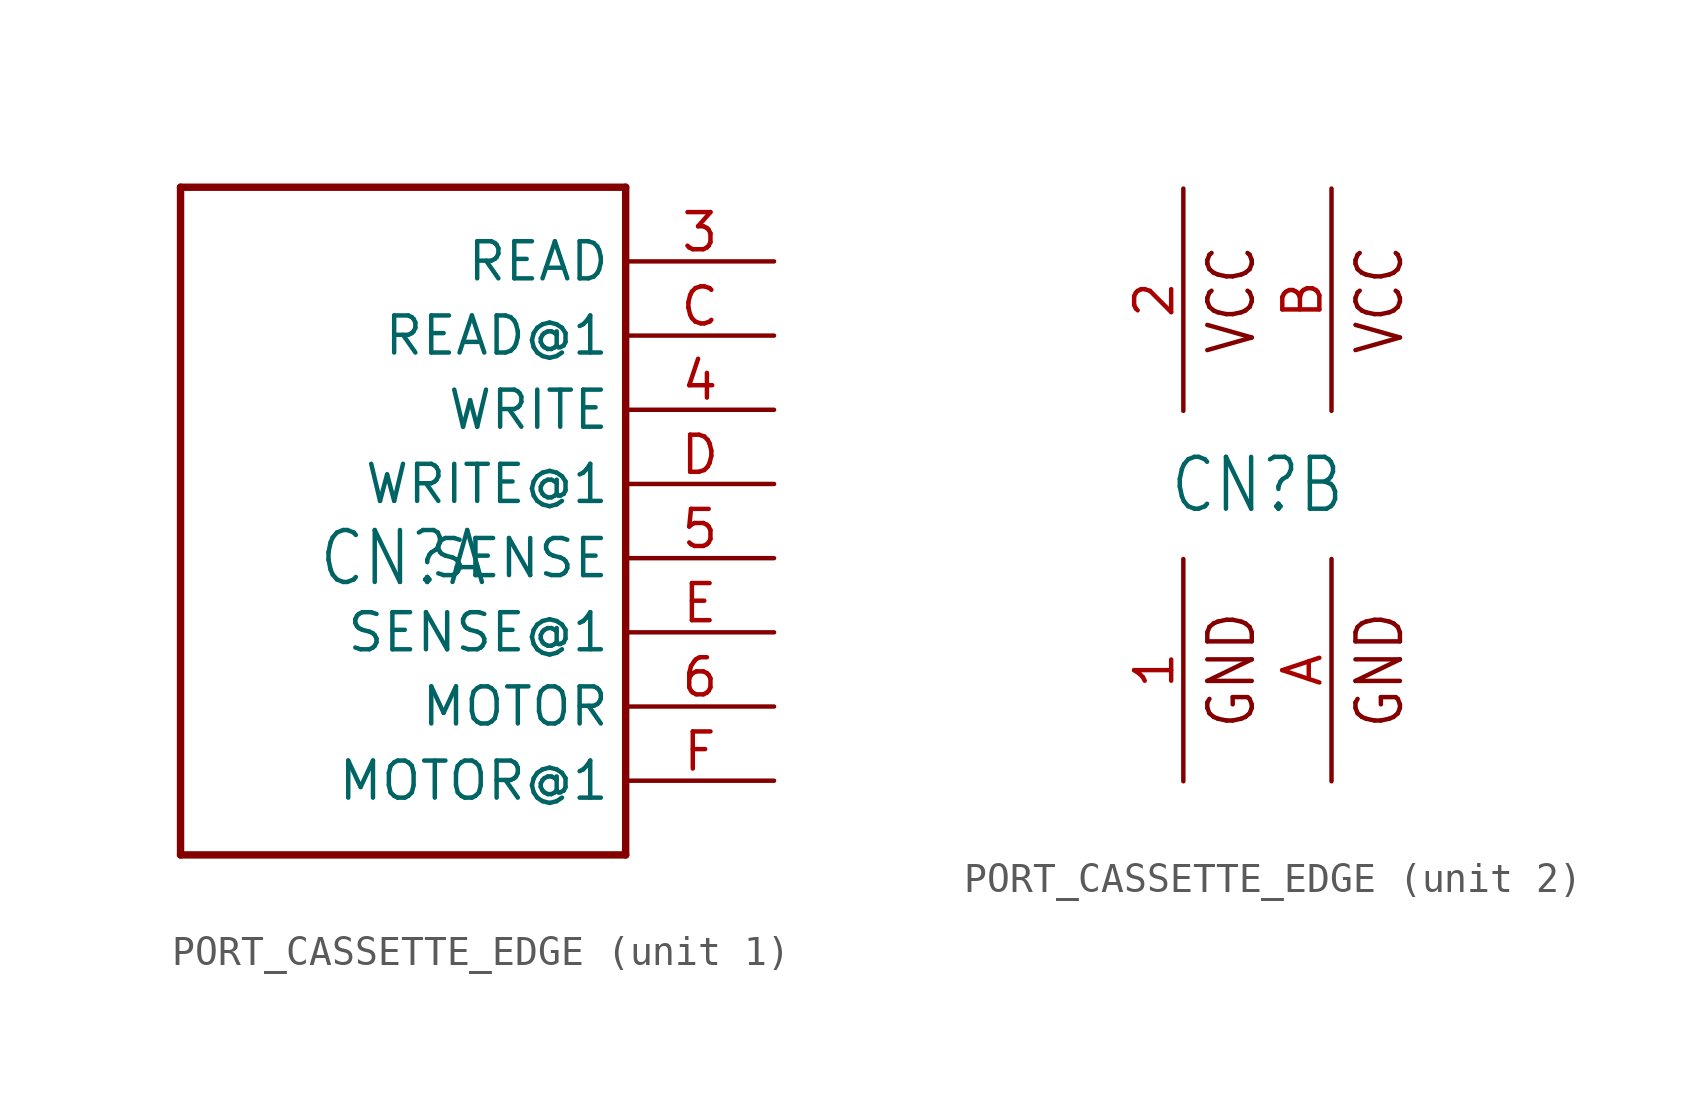
<source format=kicad_sym>
(kicad_symbol_lib
  (version 20220914)
  (generator kicad_symbol_editor)
  (symbol "PORT_CASSETTE_EDGE"
    (property "Reference" "CN"
      (at 0 0 0)
      (effects (font (size 1.778 1.511))))
    (property "ki_locked" ""
      (at 0 0 0)
      (effects (font (size 1.27 1.27))))
    (symbol "PORT_CASSETTE_EDGE_1_0"
      (polyline (pts (xy -7.62 -10.16) (xy 7.62 -10.16)) (stroke (width 0.254) (type solid)) (fill (type none)))
      (polyline (pts (xy -7.62 12.7) (xy -7.62 -10.16)) (stroke (width 0.254) (type solid)) (fill (type none)))
      (polyline (pts (xy 7.62 -10.16) (xy 7.62 12.7)) (stroke (width 0.254) (type solid)) (fill (type none)))
      (polyline (pts (xy 7.62 12.7) (xy -7.62 12.7)) (stroke (width 0.254) (type solid)) (fill (type none)))
      (pin input line (at 12.7 10.16 180) (length 5.08) (name "READ" (effects (font (size 1.27 1.27)))) (number "3" (effects (font (size 1.27 1.27)))))
      (pin output line (at 12.7 5.08 180) (length 5.08) (name "WRITE" (effects (font (size 1.27 1.27)))) (number "4" (effects (font (size 1.27 1.27)))))
      (pin input line (at 12.7 0 180) (length 5.08) (name "SENSE" (effects (font (size 1.27 1.27)))) (number "5" (effects (font (size 1.27 1.27)))))
      (pin output line (at 12.7 -5.08 180) (length 5.08) (name "MOTOR" (effects (font (size 1.27 1.27)))) (number "6" (effects (font (size 1.27 1.27)))))
      (pin input line (at 12.7 7.62 180) (length 5.08) (name "READ@1" (effects (font (size 1.27 1.27)))) (number "C" (effects (font (size 1.27 1.27)))))
      (pin output line (at 12.7 2.54 180) (length 5.08) (name "WRITE@1" (effects (font (size 1.27 1.27)))) (number "D" (effects (font (size 1.27 1.27)))))
      (pin input line (at 12.7 -2.54 180) (length 5.08) (name "SENSE@1" (effects (font (size 1.27 1.27)))) (number "E" (effects (font (size 1.27 1.27)))))
      (pin output line (at 12.7 -7.62 180) (length 5.08) (name "MOTOR@1" (effects (font (size 1.27 1.27)))) (number "F" (effects (font (size 1.27 1.27))))))
    (symbol "PORT_CASSETTE_EDGE_2_0"
      (text "GND" (at 0 -6.35 900) (effects (font (size 1.524 1.295)) (justify bottom)))
      (text "GND" (at 5.08 -6.35 900) (effects (font (size 1.524 1.295)) (justify bottom)))
      (text "VCC" (at 0 6.35 900) (effects (font (size 1.524 1.295)) (justify bottom)))
      (text "VCC" (at 5.08 6.35 900) (effects (font (size 1.524 1.295)) (justify bottom)))
      (pin power_in line (at -2.54 -10.16 90) (length 7.62) (name "GND" (effects (font (size 0 0)))) (number "1" (effects (font (size 1.27 1.27)))))
      (pin power_in line (at -2.54 10.16 270) (length 7.62) (name "VCC" (effects (font (size 0 0)))) (number "2" (effects (font (size 1.27 1.27)))))
      (pin power_in line (at 2.54 -10.16 90) (length 7.62) (name "GND@1" (effects (font (size 0 0)))) (number "A" (effects (font (size 1.27 1.27)))))
      (pin power_in line (at 2.54 10.16 270) (length 7.62) (name "VCC@1" (effects (font (size 0 0)))) (number "B" (effects (font (size 1.27 1.27))))))))
</source>
